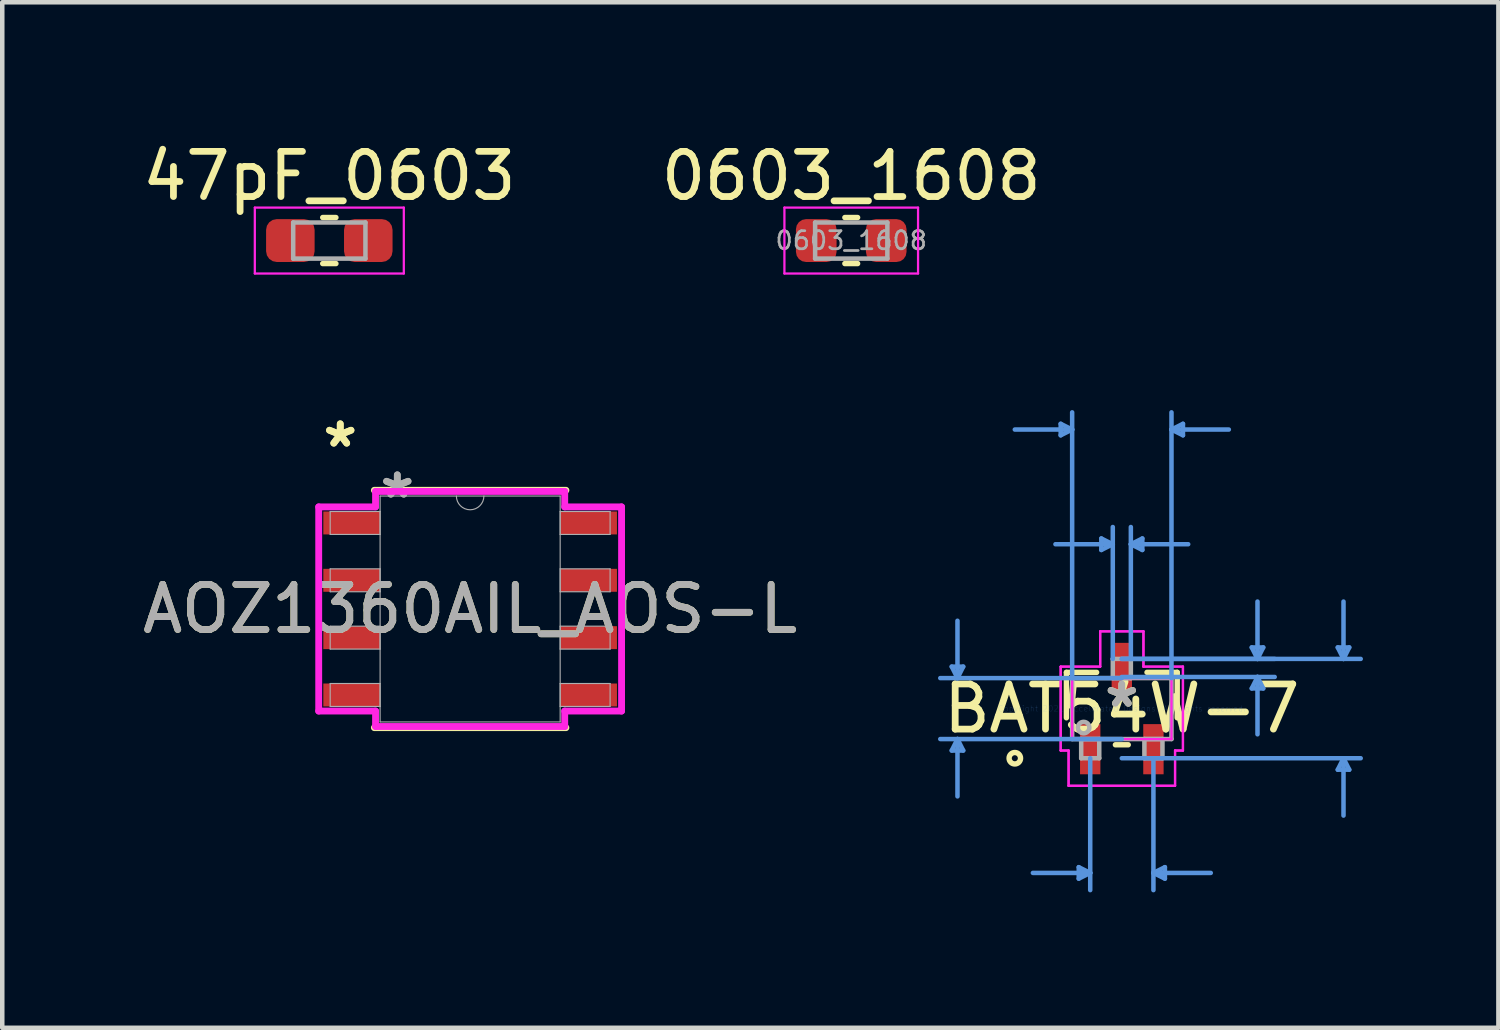
<source format=kicad_pcb>
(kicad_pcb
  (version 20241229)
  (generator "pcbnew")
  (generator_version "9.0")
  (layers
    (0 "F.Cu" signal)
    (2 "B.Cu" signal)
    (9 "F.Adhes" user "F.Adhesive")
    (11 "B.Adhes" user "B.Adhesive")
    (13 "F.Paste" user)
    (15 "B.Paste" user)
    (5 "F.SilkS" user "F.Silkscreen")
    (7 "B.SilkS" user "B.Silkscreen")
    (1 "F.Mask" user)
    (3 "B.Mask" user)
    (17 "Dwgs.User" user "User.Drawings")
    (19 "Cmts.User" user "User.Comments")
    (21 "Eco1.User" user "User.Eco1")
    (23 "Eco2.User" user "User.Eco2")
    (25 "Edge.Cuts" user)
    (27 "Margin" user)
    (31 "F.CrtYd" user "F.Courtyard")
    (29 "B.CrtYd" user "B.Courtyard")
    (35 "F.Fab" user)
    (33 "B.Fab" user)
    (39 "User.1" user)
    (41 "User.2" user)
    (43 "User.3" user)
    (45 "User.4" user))
  (footprint "0603_1608"
    (layer "F.Cu")
    (at 15.804 2.278)
    (property "Reference" "0603_1608" (at 0 -1.43 0) (layer "F.SilkS") (effects (font (size 1 1) (thickness 0.15))))
    (attr smd)
    (fp_line (start -0.141 -0.51) (end 0.141 -0.51) (stroke (width 0.12) (type solid)) (layer "F.SilkS"))
    (fp_line (start -0.141 0.51) (end 0.141 0.51) (stroke (width 0.12) (type solid)) (layer "F.SilkS"))
    (fp_line (start -1.48 -0.73) (end 1.48 -0.73) (stroke (width 0.05) (type solid)) (layer "F.CrtYd"))
    (fp_line (start -1.48 0.73) (end -1.48 -0.73) (stroke (width 0.05) (type solid)) (layer "F.CrtYd"))
    (fp_line (start 1.48 -0.73) (end 1.48 0.73) (stroke (width 0.05) (type solid)) (layer "F.CrtYd"))
    (fp_line (start 1.48 0.73) (end -1.48 0.73) (stroke (width 0.05) (type solid)) (layer "F.CrtYd"))
    (fp_line (start -0.8 -0.4) (end 0.8 -0.4) (stroke (width 0.1) (type solid)) (layer "F.Fab"))
    (fp_line (start -0.8 0.4) (end -0.8 -0.4) (stroke (width 0.1) (type solid)) (layer "F.Fab"))
    (fp_line (start 0.8 -0.4) (end 0.8 0.4) (stroke (width 0.1) (type solid)) (layer "F.Fab"))
    (fp_line (start 0.8 0.4) (end -0.8 0.4) (stroke (width 0.1) (type solid)) (layer "F.Fab"))
    (fp_text user "${REFERENCE}" (at 0 0 0) (layer "F.Fab") (effects (font (size 0.4 0.4) (thickness 0.06))))
    (pad "1" smd roundrect (at -0.775 0) (size 0.9 0.95) (layers "F.Cu" "F.Mask" "F.Paste") (roundrect_rratio 0.25))
    (pad "2" smd roundrect (at 0.775 0) (size 0.9 0.95) (layers "F.Cu" "F.Mask" "F.Paste") (roundrect_rratio 0.25)))
  (footprint "47pF_0603"
    (layer "F.Cu")
    (at 4.244 2.278)
    (property "Reference" "47pF_0603" (at 0 -1.43 0) (layer "F.SilkS") (effects (font (size 1 1) (thickness 0.15))))
    (attr through_hole)
    (fp_line (start -0.146 -0.51) (end 0.146 -0.51) (stroke (width 0.12) (type solid)) (layer "F.SilkS"))
    (fp_line (start -0.146 0.51) (end 0.146 0.51) (stroke (width 0.12) (type solid)) (layer "F.SilkS"))
    (fp_line (start -1.65 -0.73) (end 1.65 -0.73) (stroke (width 0.05) (type solid)) (layer "F.CrtYd"))
    (fp_line (start -1.65 0.73) (end -1.65 -0.73) (stroke (width 0.05) (type solid)) (layer "F.CrtYd"))
    (fp_line (start -1.65 0.73) (end 1.65 0.73) (stroke (width 0.05) (type solid)) (layer "F.CrtYd"))
    (fp_line (start 1.65 0.73) (end 1.65 -0.73) (stroke (width 0.05) (type solid)) (layer "F.CrtYd"))
    (fp_line (start -0.8 -0.4) (end 0.8 -0.4) (stroke (width 0.1) (type solid)) (layer "F.Fab"))
    (fp_line (start -0.8 0.4) (end -0.8 -0.4) (stroke (width 0.1) (type solid)) (layer "F.Fab"))
    (fp_line (start -0.8 0.4) (end 0.8 0.4) (stroke (width 0.1) (type solid)) (layer "F.Fab"))
    (fp_line (start 0.8 0.4) (end 0.8 -0.4) (stroke (width 0.1) (type solid)) (layer "F.Fab"))
    (pad "1" smd roundrect (at -0.863 0) (size 1.075 0.95) (layers "F.Cu" "F.Mask" "F.Paste") (roundrect_rratio 0.25))
    (pad "2" smd roundrect (at 0.863 0) (size 1.075 0.95) (layers "F.Cu" "F.Mask" "F.Paste") (roundrect_rratio 0.25)))
  (footprint "BAT54W-7"
    (layer "F.Cu")
    (at 21.797 12.644)
    (property "Reference" "BAT54W-7" (at 0 0 0) (layer "F.SilkS") (effects (font (size 1 1) (thickness 0.15))))
    (attr through_hole)
    (fp_line (start -1.227 -0.802) (end -1.227 0.204) (stroke (width 0.12) (type solid)) (layer "F.SilkS"))
    (fp_line (start -0.558 -0.802) (end -1.227 -0.802) (stroke (width 0.12) (type solid)) (layer "F.SilkS"))
    (fp_line (start -0.142 0.802) (end 0.142 0.802) (stroke (width 0.12) (type solid)) (layer "F.SilkS"))
    (fp_line (start 1.227 -0.802) (end 0.558 -0.802) (stroke (width 0.12) (type solid)) (layer "F.SilkS"))
    (fp_line (start 1.227 0.204) (end 1.227 -0.802) (stroke (width 0.12) (type solid)) (layer "F.SilkS"))
    (fp_circle (center -2.37 1.1) (end -2.243 1.1) (stroke (width 0.12) (type solid)) (fill no) (layer "F.SilkS"))
    (fp_line (start -3.767 -0.929) (end -3.513 -0.929) (stroke (width 0.1) (type solid)) (layer "Cmts.User"))
    (fp_line (start -3.767 0.929) (end -3.513 0.929) (stroke (width 0.1) (type solid)) (layer "Cmts.User"))
    (fp_line (start -3.64 -0.675) (end -3.767 -0.929) (stroke (width 0.1) (type solid)) (layer "Cmts.User"))
    (fp_line (start -3.64 -0.675) (end -3.64 -1.945) (stroke (width 0.1) (type solid)) (layer "Cmts.User"))
    (fp_line (start -3.64 -0.675) (end -3.513 -0.929) (stroke (width 0.1) (type solid)) (layer "Cmts.User"))
    (fp_line (start -3.64 0.675) (end -3.767 0.929) (stroke (width 0.1) (type solid)) (layer "Cmts.User"))
    (fp_line (start -3.64 0.675) (end -3.64 1.945) (stroke (width 0.1) (type solid)) (layer "Cmts.User"))
    (fp_line (start -3.64 0.675) (end -3.513 0.929) (stroke (width 0.1) (type solid)) (layer "Cmts.User"))
    (fp_line (start -1.354 -6.307) (end -1.354 -6.053) (stroke (width 0.1) (type solid)) (layer "Cmts.User"))
    (fp_line (start -1.1 -6.18) (end -2.37 -6.18) (stroke (width 0.1) (type solid)) (layer "Cmts.User"))
    (fp_line (start -1.1 -6.18) (end -1.354 -6.307) (stroke (width 0.1) (type solid)) (layer "Cmts.User"))
    (fp_line (start -1.1 -6.18) (end -1.354 -6.053) (stroke (width 0.1) (type solid)) (layer "Cmts.User"))
    (fp_line (start -1.1 -0.675) (end -1.1 -6.561) (stroke (width 0.1) (type solid)) (layer "Cmts.User"))
    (fp_line (start -0.954 3.513) (end -0.954 3.767) (stroke (width 0.1) (type solid)) (layer "Cmts.User"))
    (fp_line (start -0.7 1.1) (end -0.7 4.021) (stroke (width 0.1) (type solid)) (layer "Cmts.User"))
    (fp_line (start -0.7 3.64) (end -1.97 3.64) (stroke (width 0.1) (type solid)) (layer "Cmts.User"))
    (fp_line (start -0.7 3.64) (end -0.954 3.513) (stroke (width 0.1) (type solid)) (layer "Cmts.User"))
    (fp_line (start -0.7 3.64) (end -0.954 3.767) (stroke (width 0.1) (type solid)) (layer "Cmts.User"))
    (fp_line (start -0.454 -3.767) (end -0.454 -3.513) (stroke (width 0.1) (type solid)) (layer "Cmts.User"))
    (fp_line (start -0.2 -3.64) (end -1.47 -3.64) (stroke (width 0.1) (type solid)) (layer "Cmts.User"))
    (fp_line (start -0.2 -3.64) (end -0.454 -3.767) (stroke (width 0.1) (type solid)) (layer "Cmts.User"))
    (fp_line (start -0.2 -3.64) (end -0.454 -3.513) (stroke (width 0.1) (type solid)) (layer "Cmts.User"))
    (fp_line (start -0.2 -1.1) (end -0.2 -4.021) (stroke (width 0.1) (type solid)) (layer "Cmts.User"))
    (fp_line (start 0 -1.1) (end 3.386 -1.1) (stroke (width 0.1) (type solid)) (layer "Cmts.User"))
    (fp_line (start 0 -1.1) (end 5.291 -1.1) (stroke (width 0.1) (type solid)) (layer "Cmts.User"))
    (fp_line (start 0 -0.7) (end 3.386 -0.7) (stroke (width 0.1) (type solid)) (layer "Cmts.User"))
    (fp_line (start 0 -0.675) (end -4.021 -0.675) (stroke (width 0.1) (type solid)) (layer "Cmts.User"))
    (fp_line (start 0 0.675) (end -4.021 0.675) (stroke (width 0.1) (type solid)) (layer "Cmts.User"))
    (fp_line (start 0 1.1) (end 5.291 1.1) (stroke (width 0.1) (type solid)) (layer "Cmts.User"))
    (fp_line (start 0.2 -3.64) (end 0.454 -3.767) (stroke (width 0.1) (type solid)) (layer "Cmts.User"))
    (fp_line (start 0.2 -3.64) (end 0.454 -3.513) (stroke (width 0.1) (type solid)) (layer "Cmts.User"))
    (fp_line (start 0.2 -3.64) (end 1.47 -3.64) (stroke (width 0.1) (type solid)) (layer "Cmts.User"))
    (fp_line (start 0.2 -1.1) (end 0.2 -4.021) (stroke (width 0.1) (type solid)) (layer "Cmts.User"))
    (fp_line (start 0.454 -3.767) (end 0.454 -3.513) (stroke (width 0.1) (type solid)) (layer "Cmts.User"))
    (fp_line (start 0.7 1.1) (end 0.7 4.021) (stroke (width 0.1) (type solid)) (layer "Cmts.User"))
    (fp_line (start 0.7 3.64) (end 0.954 3.513) (stroke (width 0.1) (type solid)) (layer "Cmts.User"))
    (fp_line (start 0.7 3.64) (end 0.954 3.767) (stroke (width 0.1) (type solid)) (layer "Cmts.User"))
    (fp_line (start 0.7 3.64) (end 1.97 3.64) (stroke (width 0.1) (type solid)) (layer "Cmts.User"))
    (fp_line (start 0.954 3.513) (end 0.954 3.767) (stroke (width 0.1) (type solid)) (layer "Cmts.User"))
    (fp_line (start 1.1 -6.18) (end 1.354 -6.307) (stroke (width 0.1) (type solid)) (layer "Cmts.User"))
    (fp_line (start 1.1 -6.18) (end 1.354 -6.053) (stroke (width 0.1) (type solid)) (layer "Cmts.User"))
    (fp_line (start 1.1 -6.18) (end 2.37 -6.18) (stroke (width 0.1) (type solid)) (layer "Cmts.User"))
    (fp_line (start 1.1 -0.675) (end 1.1 -6.561) (stroke (width 0.1) (type solid)) (layer "Cmts.User"))
    (fp_line (start 1.354 -6.307) (end 1.354 -6.053) (stroke (width 0.1) (type solid)) (layer "Cmts.User"))
    (fp_line (start 2.878 -1.354) (end 3.132 -1.354) (stroke (width 0.1) (type solid)) (layer "Cmts.User"))
    (fp_line (start 2.878 -0.446) (end 3.132 -0.446) (stroke (width 0.1) (type solid)) (layer "Cmts.User"))
    (fp_line (start 3.005 -1.1) (end 2.878 -1.354) (stroke (width 0.1) (type solid)) (layer "Cmts.User"))
    (fp_line (start 3.005 -1.1) (end 3.005 -2.37) (stroke (width 0.1) (type solid)) (layer "Cmts.User"))
    (fp_line (start 3.005 -1.1) (end 3.132 -1.354) (stroke (width 0.1) (type solid)) (layer "Cmts.User"))
    (fp_line (start 3.005 -0.7) (end 2.878 -0.446) (stroke (width 0.1) (type solid)) (layer "Cmts.User"))
    (fp_line (start 3.005 -0.7) (end 3.005 0.57) (stroke (width 0.1) (type solid)) (layer "Cmts.User"))
    (fp_line (start 3.005 -0.7) (end 3.132 -0.446) (stroke (width 0.1) (type solid)) (layer "Cmts.User"))
    (fp_line (start 4.783 -1.354) (end 5.037 -1.354) (stroke (width 0.1) (type solid)) (layer "Cmts.User"))
    (fp_line (start 4.783 1.354) (end 5.037 1.354) (stroke (width 0.1) (type solid)) (layer "Cmts.User"))
    (fp_line (start 4.91 -1.1) (end 4.783 -1.354) (stroke (width 0.1) (type solid)) (layer "Cmts.User"))
    (fp_line (start 4.91 -1.1) (end 4.91 -2.37) (stroke (width 0.1) (type solid)) (layer "Cmts.User"))
    (fp_line (start 4.91 -1.1) (end 5.037 -1.354) (stroke (width 0.1) (type solid)) (layer "Cmts.User"))
    (fp_line (start 4.91 1.1) (end 4.783 1.354) (stroke (width 0.1) (type solid)) (layer "Cmts.User"))
    (fp_line (start 4.91 1.1) (end 4.91 2.37) (stroke (width 0.1) (type solid)) (layer "Cmts.User"))
    (fp_line (start 4.91 1.1) (end 5.037 1.354) (stroke (width 0.1) (type solid)) (layer "Cmts.User"))
    (fp_line (start -1.354 -0.929) (end -0.479 -0.929) (stroke (width 0.05) (type solid)) (layer "F.CrtYd"))
    (fp_line (start -1.354 -0.929) (end -0.479 -0.929) (stroke (width 0.05) (type solid)) (layer "F.CrtYd"))
    (fp_line (start -1.354 0.929) (end -1.354 -0.929) (stroke (width 0.05) (type solid)) (layer "F.CrtYd"))
    (fp_line (start -1.354 0.929) (end -1.354 -0.929) (stroke (width 0.05) (type solid)) (layer "F.CrtYd"))
    (fp_line (start -1.354 0.929) (end -1.179 0.929) (stroke (width 0.05) (type solid)) (layer "F.CrtYd"))
    (fp_line (start -1.179 0.929) (end -1.354 0.929) (stroke (width 0.05) (type solid)) (layer "F.CrtYd"))
    (fp_line (start -1.179 0.929) (end -1.179 1.71) (stroke (width 0.05) (type solid)) (layer "F.CrtYd"))
    (fp_line (start -1.179 1.71) (end -1.179 0.929) (stroke (width 0.05) (type solid)) (layer "F.CrtYd"))
    (fp_line (start -1.179 1.71) (end 1.179 1.71) (stroke (width 0.05) (type solid)) (layer "F.CrtYd"))
    (fp_line (start -1.1 -0.675) (end 1.1 -0.675) (stroke (width 0.05) (type solid)) (layer "F.CrtYd"))
    (fp_line (start -1.1 0.675) (end -1.1 -0.675) (stroke (width 0.05) (type solid)) (layer "F.CrtYd"))
    (fp_line (start -0.479 -1.71) (end 0.479 -1.71) (stroke (width 0.05) (type solid)) (layer "F.CrtYd"))
    (fp_line (start -0.479 -1.71) (end 0.479 -1.71) (stroke (width 0.05) (type solid)) (layer "F.CrtYd"))
    (fp_line (start -0.479 -0.929) (end -0.479 -1.71) (stroke (width 0.05) (type solid)) (layer "F.CrtYd"))
    (fp_line (start -0.479 -0.929) (end -0.479 -1.71) (stroke (width 0.05) (type solid)) (layer "F.CrtYd"))
    (fp_line (start 0.479 -1.71) (end 0.479 -0.929) (stroke (width 0.05) (type solid)) (layer "F.CrtYd"))
    (fp_line (start 0.479 -0.929) (end 0.479 -1.71) (stroke (width 0.05) (type solid)) (layer "F.CrtYd"))
    (fp_line (start 0.479 -0.929) (end 1.354 -0.929) (stroke (width 0.05) (type solid)) (layer "F.CrtYd"))
    (fp_line (start 1.1 -0.675) (end 1.1 0.675) (stroke (width 0.05) (type solid)) (layer "F.CrtYd"))
    (fp_line (start 1.1 0.675) (end -1.1 0.675) (stroke (width 0.05) (type solid)) (layer "F.CrtYd"))
    (fp_line (start 1.179 0.929) (end 1.179 1.71) (stroke (width 0.05) (type solid)) (layer "F.CrtYd"))
    (fp_line (start 1.179 0.929) (end 1.179 1.71) (stroke (width 0.05) (type solid)) (layer "F.CrtYd"))
    (fp_line (start 1.179 1.71) (end -1.179 1.71) (stroke (width 0.05) (type solid)) (layer "F.CrtYd"))
    (fp_line (start 1.354 -0.929) (end 0.479 -0.929) (stroke (width 0.05) (type solid)) (layer "F.CrtYd"))
    (fp_line (start 1.354 -0.929) (end 1.354 0.929) (stroke (width 0.05) (type solid)) (layer "F.CrtYd"))
    (fp_line (start 1.354 -0.929) (end 1.354 0.929) (stroke (width 0.05) (type solid)) (layer "F.CrtYd"))
    (fp_line (start 1.354 0.929) (end 1.179 0.929) (stroke (width 0.05) (type solid)) (layer "F.CrtYd"))
    (fp_line (start 1.354 0.929) (end 1.179 0.929) (stroke (width 0.05) (type solid)) (layer "F.CrtYd"))
    (fp_line (start -1.1 -0.675) (end -1.1 0.675) (stroke (width 0.1) (type solid)) (layer "F.Fab"))
    (fp_line (start -1.1 0.675) (end 1.1 0.675) (stroke (width 0.1) (type solid)) (layer "F.Fab"))
    (fp_line (start -0.9 0.675) (end -0.9 1.1) (stroke (width 0.1) (type solid)) (layer "F.Fab"))
    (fp_line (start -0.9 1.1) (end -0.5 1.1) (stroke (width 0.1) (type solid)) (layer "F.Fab"))
    (fp_line (start -0.5 0.675) (end -0.9 0.675) (stroke (width 0.1) (type solid)) (layer "F.Fab"))
    (fp_line (start -0.5 1.1) (end -0.5 0.675) (stroke (width 0.1) (type solid)) (layer "F.Fab"))
    (fp_line (start -0.2 -1.1) (end -0.2 -0.675) (stroke (width 0.1) (type solid)) (layer "F.Fab"))
    (fp_line (start -0.2 -0.675) (end 0.2 -0.675) (stroke (width 0.1) (type solid)) (layer "F.Fab"))
    (fp_line (start 0.2 -1.1) (end -0.2 -1.1) (stroke (width 0.1) (type solid)) (layer "F.Fab"))
    (fp_line (start 0.2 -0.675) (end 0.2 -1.1) (stroke (width 0.1) (type solid)) (layer "F.Fab"))
    (fp_line (start 0.5 0.675) (end 0.5 1.1) (stroke (width 0.1) (type solid)) (layer "F.Fab"))
    (fp_line (start 0.5 1.1) (end 0.9 1.1) (stroke (width 0.1) (type solid)) (layer "F.Fab"))
    (fp_line (start 0.9 0.675) (end 0.5 0.675) (stroke (width 0.1) (type solid)) (layer "F.Fab"))
    (fp_line (start 0.9 1.1) (end 0.9 0.675) (stroke (width 0.1) (type solid)) (layer "F.Fab"))
    (fp_line (start 1.1 -0.675) (end -1.1 -0.675) (stroke (width 0.1) (type solid)) (layer "F.Fab"))
    (fp_line (start 1.1 0.675) (end 1.1 -0.675) (stroke (width 0.1) (type solid)) (layer "F.Fab"))
    (fp_circle (center -0.846 0.421) (end -0.719 0.421) (stroke (width 0.1) (type solid)) (fill no) (layer "F.Fab"))
    (fp_text user "*" (at 0 0 0) (layer "F.SilkS") (effects (font (size 1 1) (thickness 0.15))))
    (fp_text user "Copyright 2021 Accelerated Designs. All rights reserved." (at 0 0 0) (layer "Cmts.User") (effects (font (size 0.127 0.127) (thickness 0.002))))
    (fp_text user "*" (at 0 0 0) (layer "F.Fab") (effects (font (size 1 1) (thickness 0.15))))
    (pad "1" smd rect (at -0.7 0.9) (size 0.451 1.111) (layers "F.Cu" "F.Mask" "F.Paste"))
    (pad "2" smd rect (at 0.7 0.9) (size 0.451 1.111) (layers "F.Cu" "F.Mask" "F.Paste"))
    (pad "3" smd rect (at 0 -0.9) (size 0.451 1.111) (layers "F.Cu" "F.Mask" "F.Paste")))
  (footprint "AOZ1360AIL_AOS-L"
    (layer "F.Cu")
    (at 7.363 10.438)
    (property "Reference" "AOZ1360AIL_AOS-L" (at 0 0 0) (unlocked yes) (layer "F.SilkS") (effects (font (size 1 1) (thickness 0.15))))
    (attr smd)
    (fp_line (start -2.121 2.629) (end 2.121 2.629) (stroke (width 0.152) (type solid)) (layer "F.SilkS"))
    (fp_line (start 2.121 -2.629) (end -2.121 -2.629) (stroke (width 0.152) (type solid)) (layer "F.SilkS"))
    (fp_line (start -3.354 -2.261) (end -2.095 -2.261) (stroke (width 0.152) (type solid)) (layer "F.CrtYd"))
    (fp_line (start -3.354 2.261) (end -3.354 -2.261) (stroke (width 0.152) (type solid)) (layer "F.CrtYd"))
    (fp_line (start -3.354 2.261) (end -2.095 2.261) (stroke (width 0.152) (type solid)) (layer "F.CrtYd"))
    (fp_line (start -2.095 -2.603) (end 2.095 -2.603) (stroke (width 0.152) (type solid)) (layer "F.CrtYd"))
    (fp_line (start -2.095 -2.261) (end -2.095 -2.603) (stroke (width 0.152) (type solid)) (layer "F.CrtYd"))
    (fp_line (start -2.095 2.603) (end -2.095 2.261) (stroke (width 0.152) (type solid)) (layer "F.CrtYd"))
    (fp_line (start 2.095 -2.603) (end 2.095 -2.261) (stroke (width 0.152) (type solid)) (layer "F.CrtYd"))
    (fp_line (start 2.095 2.261) (end 2.095 2.603) (stroke (width 0.152) (type solid)) (layer "F.CrtYd"))
    (fp_line (start 2.095 2.603) (end -2.095 2.603) (stroke (width 0.152) (type solid)) (layer "F.CrtYd"))
    (fp_line (start 3.354 -2.261) (end 2.095 -2.261) (stroke (width 0.152) (type solid)) (layer "F.CrtYd"))
    (fp_line (start 3.354 -2.261) (end 3.354 2.261) (stroke (width 0.152) (type solid)) (layer "F.CrtYd"))
    (fp_line (start 3.354 2.261) (end 2.095 2.261) (stroke (width 0.152) (type solid)) (layer "F.CrtYd"))
    (fp_line (start -3.1 -2.159) (end -3.1 -1.651) (stroke (width 0.025) (type solid)) (layer "F.Fab"))
    (fp_line (start -3.1 -1.651) (end -1.994 -1.651) (stroke (width 0.025) (type solid)) (layer "F.Fab"))
    (fp_line (start -3.1 -0.889) (end -3.1 -0.381) (stroke (width 0.025) (type solid)) (layer "F.Fab"))
    (fp_line (start -3.1 -0.381) (end -1.994 -0.381) (stroke (width 0.025) (type solid)) (layer "F.Fab"))
    (fp_line (start -3.1 0.381) (end -3.1 0.889) (stroke (width 0.025) (type solid)) (layer "F.Fab"))
    (fp_line (start -3.1 0.889) (end -1.994 0.889) (stroke (width 0.025) (type solid)) (layer "F.Fab"))
    (fp_line (start -3.1 1.651) (end -3.1 2.159) (stroke (width 0.025) (type solid)) (layer "F.Fab"))
    (fp_line (start -3.1 2.159) (end -1.994 2.159) (stroke (width 0.025) (type solid)) (layer "F.Fab"))
    (fp_line (start -1.994 -2.502) (end -1.994 2.502) (stroke (width 0.025) (type solid)) (layer "F.Fab"))
    (fp_line (start -1.994 -2.159) (end -3.1 -2.159) (stroke (width 0.025) (type solid)) (layer "F.Fab"))
    (fp_line (start -1.994 -1.651) (end -1.994 -2.159) (stroke (width 0.025) (type solid)) (layer "F.Fab"))
    (fp_line (start -1.994 -0.889) (end -3.1 -0.889) (stroke (width 0.025) (type solid)) (layer "F.Fab"))
    (fp_line (start -1.994 -0.381) (end -1.994 -0.889) (stroke (width 0.025) (type solid)) (layer "F.Fab"))
    (fp_line (start -1.994 0.381) (end -3.1 0.381) (stroke (width 0.025) (type solid)) (layer "F.Fab"))
    (fp_line (start -1.994 0.889) (end -1.994 0.381) (stroke (width 0.025) (type solid)) (layer "F.Fab"))
    (fp_line (start -1.994 1.651) (end -3.1 1.651) (stroke (width 0.025) (type solid)) (layer "F.Fab"))
    (fp_line (start -1.994 2.159) (end -1.994 1.651) (stroke (width 0.025) (type solid)) (layer "F.Fab"))
    (fp_line (start -1.994 2.502) (end 1.994 2.502) (stroke (width 0.025) (type solid)) (layer "F.Fab"))
    (fp_line (start 1.994 -2.502) (end -1.994 -2.502) (stroke (width 0.025) (type solid)) (layer "F.Fab"))
    (fp_line (start 1.994 -2.159) (end 1.994 -1.651) (stroke (width 0.025) (type solid)) (layer "F.Fab"))
    (fp_line (start 1.994 -1.651) (end 3.1 -1.651) (stroke (width 0.025) (type solid)) (layer "F.Fab"))
    (fp_line (start 1.994 -0.889) (end 1.994 -0.381) (stroke (width 0.025) (type solid)) (layer "F.Fab"))
    (fp_line (start 1.994 -0.381) (end 3.1 -0.381) (stroke (width 0.025) (type solid)) (layer "F.Fab"))
    (fp_line (start 1.994 0.381) (end 1.994 0.889) (stroke (width 0.025) (type solid)) (layer "F.Fab"))
    (fp_line (start 1.994 0.889) (end 3.1 0.889) (stroke (width 0.025) (type solid)) (layer "F.Fab"))
    (fp_line (start 1.994 1.651) (end 1.994 2.159) (stroke (width 0.025) (type solid)) (layer "F.Fab"))
    (fp_line (start 1.994 2.159) (end 3.1 2.159) (stroke (width 0.025) (type solid)) (layer "F.Fab"))
    (fp_line (start 1.994 2.502) (end 1.994 -2.502) (stroke (width 0.025) (type solid)) (layer "F.Fab"))
    (fp_line (start 3.1 -2.159) (end 1.994 -2.159) (stroke (width 0.025) (type solid)) (layer "F.Fab"))
    (fp_line (start 3.1 -1.651) (end 3.1 -2.159) (stroke (width 0.025) (type solid)) (layer "F.Fab"))
    (fp_line (start 3.1 -0.889) (end 1.994 -0.889) (stroke (width 0.025) (type solid)) (layer "F.Fab"))
    (fp_line (start 3.1 -0.381) (end 3.1 -0.889) (stroke (width 0.025) (type solid)) (layer "F.Fab"))
    (fp_line (start 3.1 0.381) (end 1.994 0.381) (stroke (width 0.025) (type solid)) (layer "F.Fab"))
    (fp_line (start 3.1 0.889) (end 3.1 0.381) (stroke (width 0.025) (type solid)) (layer "F.Fab"))
    (fp_line (start 3.1 1.651) (end 1.994 1.651) (stroke (width 0.025) (type solid)) (layer "F.Fab"))
    (fp_line (start 3.1 2.159) (end 3.1 1.651) (stroke (width 0.025) (type solid)) (layer "F.Fab"))
    (fp_arc (start 0.3048 -2.5019) (mid 0 -2.1971) (end -0.3048 -2.5019) (stroke (width 0.0254) (type solid)) (layer "F.Fab"))
    (fp_text user "*" (at -2.877 -3.556 0) (unlocked yes) (layer "F.SilkS") (effects (font (size 1 1) (thickness 0.15))))
    (fp_text user "*" (at -2.877 -3.556 0) (layer "F.SilkS") (effects (font (size 1 1) (thickness 0.15))))
    (fp_text user "*" (at -1.613 -2.426 0) (unlocked yes) (layer "F.Fab") (effects (font (size 1 1) (thickness 0.15))))
    (fp_text user "${REFERENCE}" (at 0 0 0) (unlocked yes) (layer "F.Fab") (effects (font (size 1 1) (thickness 0.15))))
    (fp_text user "*" (at -1.613 -2.426 0) (layer "F.Fab") (effects (font (size 1 1) (thickness 0.15))))
    (pad "1" smd rect (at -2.623 -1.905) (size 1.258 0.508) (layers "F.Cu" "F.Mask" "F.Paste"))
    (pad "2" smd rect (at -2.623 -0.635) (size 1.258 0.508) (layers "F.Cu" "F.Mask" "F.Paste"))
    (pad "3" smd rect (at -2.623 0.635) (size 1.258 0.508) (layers "F.Cu" "F.Mask" "F.Paste"))
    (pad "4" smd rect (at -2.623 1.905) (size 1.258 0.508) (layers "F.Cu" "F.Mask" "F.Paste"))
    (pad "5" smd rect (at 2.623 1.905) (size 1.258 0.508) (layers "F.Cu" "F.Mask" "F.Paste"))
    (pad "6" smd rect (at 2.623 0.635) (size 1.258 0.508) (layers "F.Cu" "F.Mask" "F.Paste"))
    (pad "7" smd rect (at 2.623 -0.635) (size 1.258 0.508) (layers "F.Cu" "F.Mask" "F.Paste"))
    (pad "8" smd rect (at 2.623 -1.905) (size 1.258 0.508) (layers "F.Cu" "F.Mask" "F.Paste")))
  (gr_rect
    (start -3 -3)
    (end 30.138 19.715)
    (stroke (width 0.1) (type default))
    (fill no)
    (layer "Edge.Cuts")))
</source>
